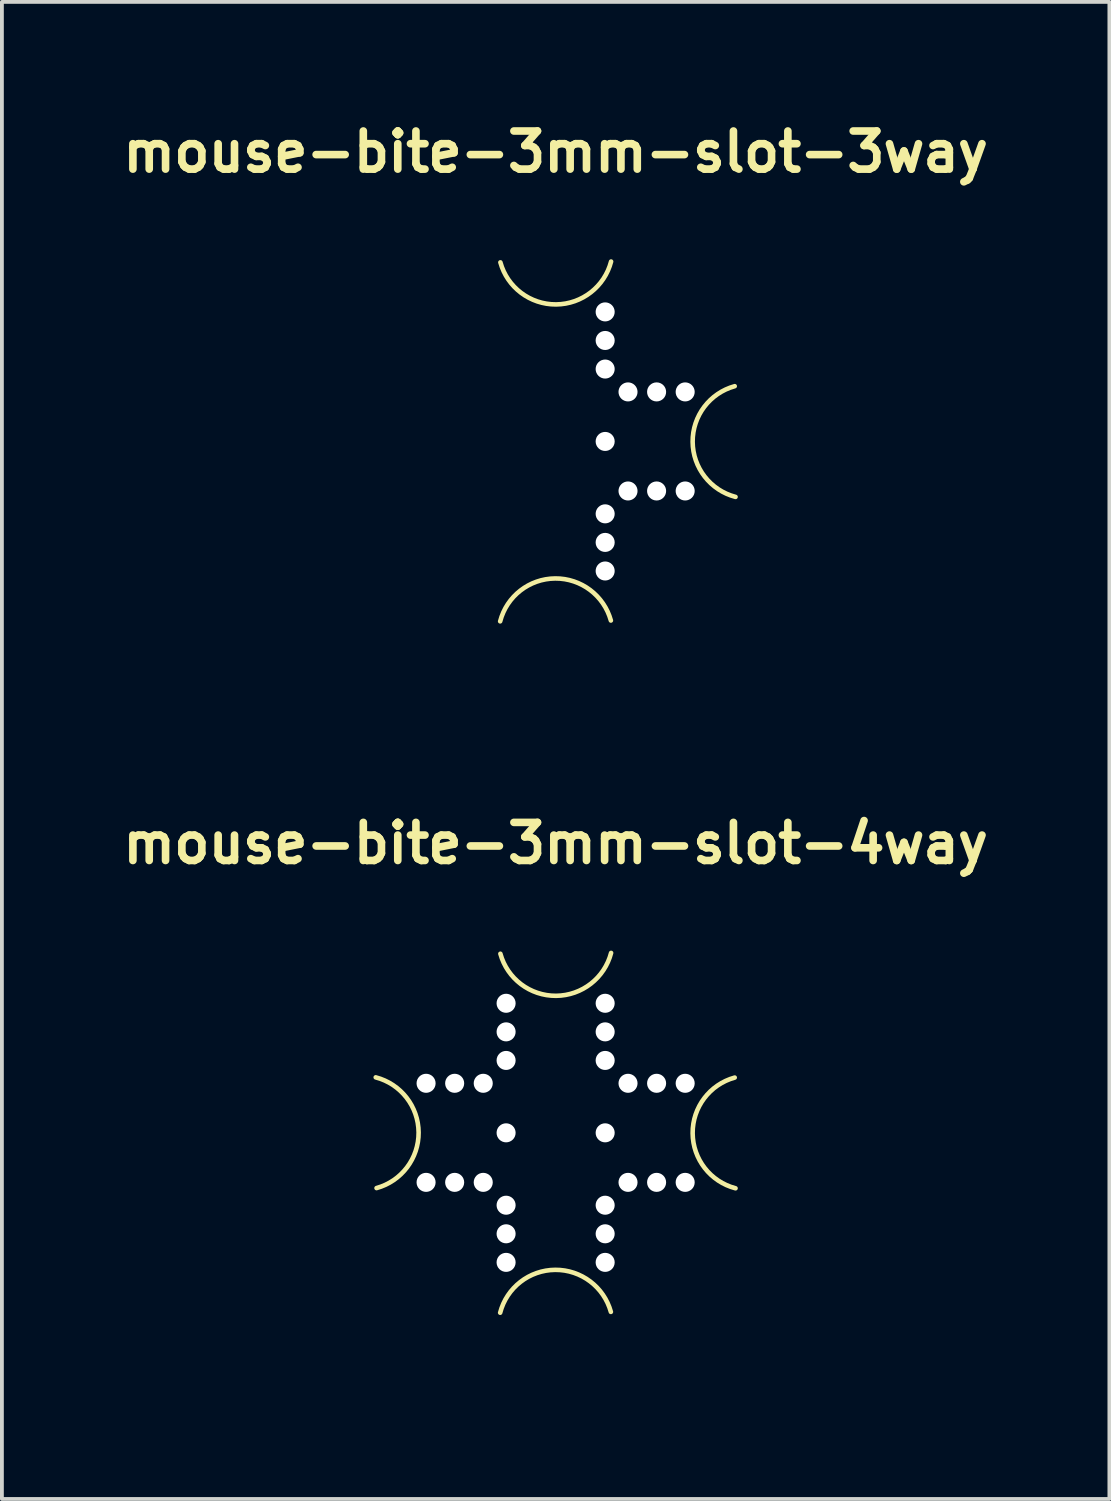
<source format=kicad_pcb>
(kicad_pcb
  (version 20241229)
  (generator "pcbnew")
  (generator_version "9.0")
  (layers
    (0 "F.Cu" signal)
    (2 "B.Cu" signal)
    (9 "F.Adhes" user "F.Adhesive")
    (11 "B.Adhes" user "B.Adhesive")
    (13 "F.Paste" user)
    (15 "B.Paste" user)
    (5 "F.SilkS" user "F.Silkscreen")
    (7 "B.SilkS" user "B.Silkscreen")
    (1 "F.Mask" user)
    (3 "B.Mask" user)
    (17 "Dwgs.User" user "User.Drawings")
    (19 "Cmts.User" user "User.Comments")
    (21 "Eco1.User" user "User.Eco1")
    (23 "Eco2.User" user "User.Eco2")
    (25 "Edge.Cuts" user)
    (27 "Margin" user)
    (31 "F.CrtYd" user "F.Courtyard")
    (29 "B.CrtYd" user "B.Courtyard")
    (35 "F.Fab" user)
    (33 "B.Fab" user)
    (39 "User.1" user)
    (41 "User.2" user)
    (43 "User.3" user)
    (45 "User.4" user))
  (footprint "mouse-bite-3mm-slot-3way"
    (layer "F.Cu")
    (at 11.533 8.536)
    (property "Reference" "mouse-bite-3mm-slot-3way" (at 0 -7.6 0) (layer "F.SilkS") (effects (font (size 1 1) (thickness 0.2))))
    (attr through_hole)
    (fp_arc (start -1.455737 4.72141) (mid -0.011083 3.59588) (end 1.45 4.7) (stroke (width 0.12) (type solid)) (layer "F.SilkS"))
    (fp_arc (start 1.455737 -4.72141) (mid 0.011083 -3.59588) (end -1.45 -4.7) (stroke (width 0.12) (type solid)) (layer "F.SilkS"))
    (fp_arc (start 4.72141 1.455737) (mid 3.59588 0.011083) (end 4.7 -1.45) (stroke (width 0.12) (type solid)) (layer "F.SilkS"))
    (fp_line (start 0 -5.11) (end 0 -5.1) (stroke (width 3) (type solid)) (layer "Eco1.User"))
    (fp_line (start 0 5.1) (end 0 5.11) (stroke (width 3) (type solid)) (layer "Eco1.User"))
    (fp_line (start 5.11 0) (end 5.1 0) (stroke (width 3) (type solid)) (layer "Eco1.User"))
    (pad "" np_thru_hole circle (at 1.3 -3.4 90) (size 0.5 0.5) (drill 0.5) (layers "*.Cu" "*.Mask"))
    (pad "" np_thru_hole circle (at 1.3 -2.65 90) (size 0.5 0.5) (drill 0.5) (layers "*.Cu" "*.Mask"))
    (pad "" np_thru_hole circle (at 1.3 -1.9 90) (size 0.5 0.5) (drill 0.5) (layers "*.Cu" "*.Mask"))
    (pad "" np_thru_hole circle (at 1.3 0 90) (size 0.5 0.5) (drill 0.5) (layers "*.Cu" "*.Mask"))
    (pad "" np_thru_hole circle (at 1.3 1.9 270) (size 0.5 0.5) (drill 0.5) (layers "*.Cu" "*.Mask"))
    (pad "" np_thru_hole circle (at 1.3 2.65 270) (size 0.5 0.5) (drill 0.5) (layers "*.Cu" "*.Mask"))
    (pad "" np_thru_hole circle (at 1.3 3.4 270) (size 0.5 0.5) (drill 0.5) (layers "*.Cu" "*.Mask"))
    (pad "" np_thru_hole circle (at 1.9 -1.3) (size 0.5 0.5) (drill 0.5) (layers "*.Cu" "*.Mask"))
    (pad "" np_thru_hole circle (at 1.9 1.3) (size 0.5 0.5) (drill 0.5) (layers "*.Cu" "*.Mask"))
    (pad "" np_thru_hole circle (at 2.65 -1.3) (size 0.5 0.5) (drill 0.5) (layers "*.Cu" "*.Mask"))
    (pad "" np_thru_hole circle (at 2.65 1.3) (size 0.5 0.5) (drill 0.5) (layers "*.Cu" "*.Mask"))
    (pad "" np_thru_hole circle (at 3.4 -1.3) (size 0.5 0.5) (drill 0.5) (layers "*.Cu" "*.Mask"))
    (pad "" np_thru_hole circle (at 3.4 1.3) (size 0.5 0.5) (drill 0.5) (layers "*.Cu" "*.Mask")))
  (footprint "mouse-bite-3mm-slot-4way"
    (layer "F.Cu")
    (at 11.533 26.682)
    (property "Reference" "mouse-bite-3mm-slot-4way" (at 0 -7.6 0) (layer "F.SilkS") (effects (font (size 1 1) (thickness 0.2))))
    (attr through_hole)
    (fp_arc (start -4.72141 -1.455737) (mid -3.59588 -0.011083) (end -4.7 1.45) (stroke (width 0.12) (type solid)) (layer "F.SilkS"))
    (fp_arc (start -1.455737 4.72141) (mid -0.011083 3.59588) (end 1.45 4.7) (stroke (width 0.12) (type solid)) (layer "F.SilkS"))
    (fp_arc (start 1.455737 -4.72141) (mid 0.011083 -3.59588) (end -1.45 -4.7) (stroke (width 0.12) (type solid)) (layer "F.SilkS"))
    (fp_arc (start 4.72141 1.455737) (mid 3.59588 0.011083) (end 4.7 -1.45) (stroke (width 0.12) (type solid)) (layer "F.SilkS"))
    (fp_line (start -5.1 0) (end -5.11 0) (stroke (width 3) (type solid)) (layer "Eco1.User"))
    (fp_line (start 0 -5.1) (end 0 -5.11) (stroke (width 3) (type solid)) (layer "Eco1.User"))
    (fp_line (start 0 5.11) (end 0 5.1) (stroke (width 3) (type solid)) (layer "Eco1.User"))
    (fp_line (start 5.11 0) (end 5.1 0) (stroke (width 3) (type solid)) (layer "Eco1.User"))
    (pad "" np_thru_hole circle (at -3.4 -1.3 180) (size 0.5 0.5) (drill 0.5) (layers "*.Cu" "*.Mask"))
    (pad "" np_thru_hole circle (at -3.4 1.3 180) (size 0.5 0.5) (drill 0.5) (layers "*.Cu" "*.Mask"))
    (pad "" np_thru_hole circle (at -2.65 -1.3 180) (size 0.5 0.5) (drill 0.5) (layers "*.Cu" "*.Mask"))
    (pad "" np_thru_hole circle (at -2.65 1.3 180) (size 0.5 0.5) (drill 0.5) (layers "*.Cu" "*.Mask"))
    (pad "" np_thru_hole circle (at -1.9 -1.3 180) (size 0.5 0.5) (drill 0.5) (layers "*.Cu" "*.Mask"))
    (pad "" np_thru_hole circle (at -1.9 1.3 180) (size 0.5 0.5) (drill 0.5) (layers "*.Cu" "*.Mask"))
    (pad "" np_thru_hole circle (at -1.3 -3.4 90) (size 0.5 0.5) (drill 0.5) (layers "*.Cu" "*.Mask"))
    (pad "" np_thru_hole circle (at -1.3 -2.65 90) (size 0.5 0.5) (drill 0.5) (layers "*.Cu" "*.Mask"))
    (pad "" np_thru_hole circle (at -1.3 -1.9 90) (size 0.5 0.5) (drill 0.5) (layers "*.Cu" "*.Mask"))
    (pad "" np_thru_hole circle (at -1.3 0 90) (size 0.5 0.5) (drill 0.5) (layers "*.Cu" "*.Mask"))
    (pad "" np_thru_hole circle (at -1.3 1.9 270) (size 0.5 0.5) (drill 0.5) (layers "*.Cu" "*.Mask"))
    (pad "" np_thru_hole circle (at -1.3 2.65 270) (size 0.5 0.5) (drill 0.5) (layers "*.Cu" "*.Mask"))
    (pad "" np_thru_hole circle (at -1.3 3.4 270) (size 0.5 0.5) (drill 0.5) (layers "*.Cu" "*.Mask"))
    (pad "" np_thru_hole circle (at 1.3 -3.4 90) (size 0.5 0.5) (drill 0.5) (layers "*.Cu" "*.Mask"))
    (pad "" np_thru_hole circle (at 1.3 -2.65 90) (size 0.5 0.5) (drill 0.5) (layers "*.Cu" "*.Mask"))
    (pad "" np_thru_hole circle (at 1.3 -1.9 90) (size 0.5 0.5) (drill 0.5) (layers "*.Cu" "*.Mask"))
    (pad "" np_thru_hole circle (at 1.3 0 90) (size 0.5 0.5) (drill 0.5) (layers "*.Cu" "*.Mask"))
    (pad "" np_thru_hole circle (at 1.3 1.9 270) (size 0.5 0.5) (drill 0.5) (layers "*.Cu" "*.Mask"))
    (pad "" np_thru_hole circle (at 1.3 2.65 270) (size 0.5 0.5) (drill 0.5) (layers "*.Cu" "*.Mask"))
    (pad "" np_thru_hole circle (at 1.3 3.4 270) (size 0.5 0.5) (drill 0.5) (layers "*.Cu" "*.Mask"))
    (pad "" np_thru_hole circle (at 1.9 -1.3) (size 0.5 0.5) (drill 0.5) (layers "*.Cu" "*.Mask"))
    (pad "" np_thru_hole circle (at 1.9 1.3) (size 0.5 0.5) (drill 0.5) (layers "*.Cu" "*.Mask"))
    (pad "" np_thru_hole circle (at 2.65 -1.3) (size 0.5 0.5) (drill 0.5) (layers "*.Cu" "*.Mask"))
    (pad "" np_thru_hole circle (at 2.65 1.3) (size 0.5 0.5) (drill 0.5) (layers "*.Cu" "*.Mask"))
    (pad "" np_thru_hole circle (at 3.4 -1.3) (size 0.5 0.5) (drill 0.5) (layers "*.Cu" "*.Mask"))
    (pad "" np_thru_hole circle (at 3.4 1.3) (size 0.5 0.5) (drill 0.5) (layers "*.Cu" "*.Mask")))
  (gr_rect
    (start -3 -3)
    (end 26.067 36.292)
    (stroke (width 0.1) (type default))
    (fill no)
    (layer "Edge.Cuts")))
</source>
